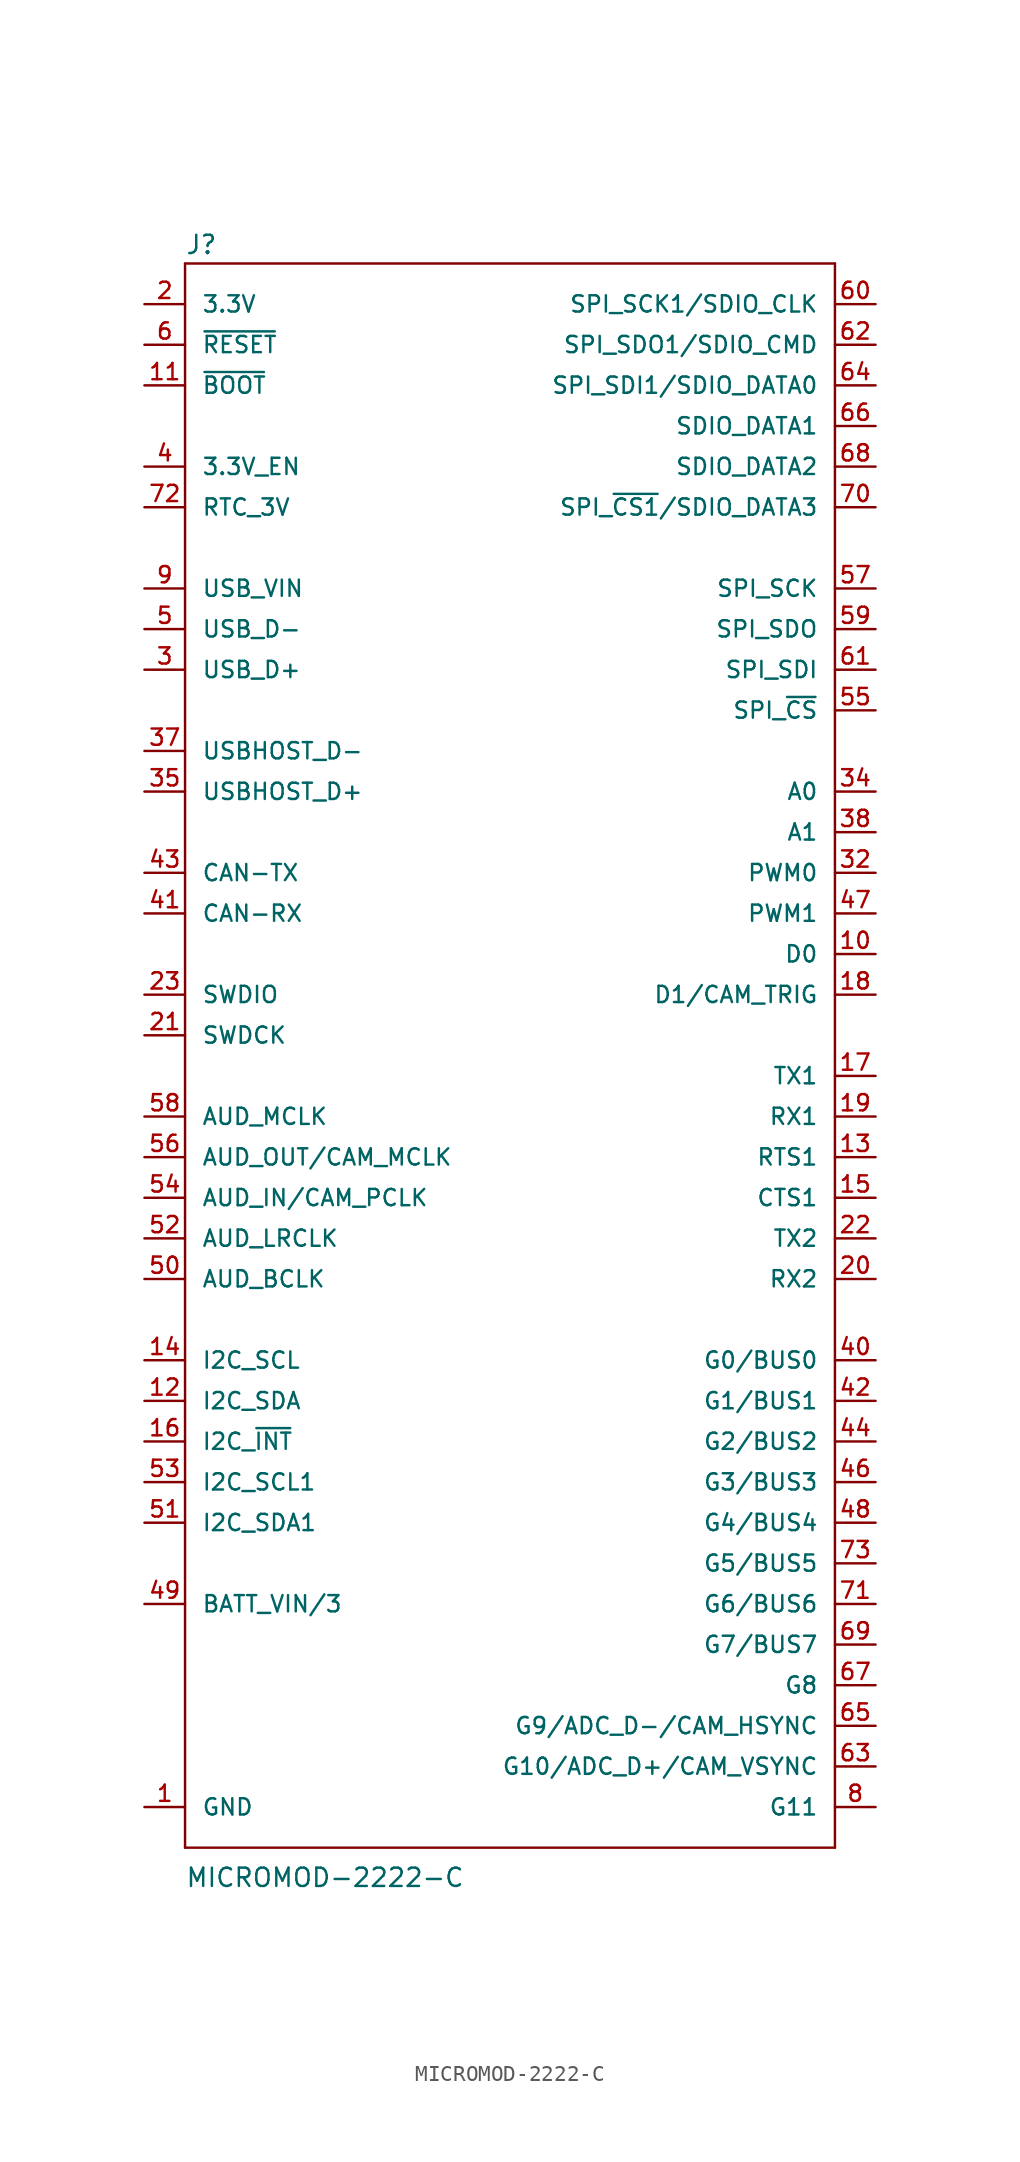
<source format=kicad_sym>
(kicad_symbol_lib
  (version 20211014)
  (generator kicad_symbol_editor)
  (symbol "MICROMOD-2222-C"
    (pin_names
      (offset 1.016))
    (property "Reference" "J"
      (at -20.32 53.848 0)
      (effects (font (size 1.143 1.143)) (justify left bottom)))
    (property "Value" "MICROMOD-2222-C"
      (at -20.32 -48.26 0)
      (effects (font (size 1.143 1.143)) (justify left bottom)))
    (property "ki_locked" ""
      (at 0 0 0)
      (effects (font (size 1.27 1.27))))
    (symbol "MICROMOD-2222-C_1_0"
      (polyline (pts (xy -20.32 -45.72) (xy -20.32 53.34)) (stroke (width 0) (type default) (color 0 0 0 0)) (fill (type none)))
      (polyline (pts (xy -20.32 53.34) (xy 20.32 53.34)) (stroke (width 0) (type default) (color 0 0 0 0)) (fill (type none)))
      (polyline (pts (xy 20.32 -45.72) (xy -20.32 -45.72)) (stroke (width 0) (type default) (color 0 0 0 0)) (fill (type none)))
      (polyline (pts (xy 20.32 53.34) (xy 20.32 -45.72)) (stroke (width 0) (type default) (color 0 0 0 0)) (fill (type none))))
    (symbol "MICROMOD-2222-C_1_1"
      (pin bidirectional line (at -22.86 -43.18 0) (length 2.54) (name "GND" (effects (font (size 1.016 1.016)))) (number "1" (effects (font (size 1.016 1.016)))))
      (pin bidirectional line (at 22.86 10.16 180) (length 2.54) (name "D0" (effects (font (size 1.016 1.016)))) (number "10" (effects (font (size 1.016 1.016)))))
      (pin bidirectional line (at -22.86 45.72 0) (length 2.54) (name "~{BOOT}" (effects (font (size 1.016 1.016)))) (number "11" (effects (font (size 1.016 1.016)))))
      (pin bidirectional line (at -22.86 -17.78 0) (length 2.54) (name "I2C_SDA" (effects (font (size 1.016 1.016)))) (number "12" (effects (font (size 1.016 1.016)))))
      (pin bidirectional line (at 22.86 -2.54 180) (length 2.54) (name "RTS1" (effects (font (size 1.016 1.016)))) (number "13" (effects (font (size 1.016 1.016)))))
      (pin bidirectional line (at -22.86 -15.24 0) (length 2.54) (name "I2C_SCL" (effects (font (size 1.016 1.016)))) (number "14" (effects (font (size 1.016 1.016)))))
      (pin bidirectional line (at 22.86 -5.08 180) (length 2.54) (name "CTS1" (effects (font (size 1.016 1.016)))) (number "15" (effects (font (size 1.016 1.016)))))
      (pin bidirectional line (at -22.86 -20.32 0) (length 2.54) (name "I2C_~{INT}" (effects (font (size 1.016 1.016)))) (number "16" (effects (font (size 1.016 1.016)))))
      (pin bidirectional line (at 22.86 2.54 180) (length 2.54) (name "TX1" (effects (font (size 1.016 1.016)))) (number "17" (effects (font (size 1.016 1.016)))))
      (pin bidirectional line (at 22.86 7.62 180) (length 2.54) (name "D1/CAM_TRIG" (effects (font (size 1.016 1.016)))) (number "18" (effects (font (size 1.016 1.016)))))
      (pin bidirectional line (at 22.86 0 180) (length 2.54) (name "RX1" (effects (font (size 1.016 1.016)))) (number "19" (effects (font (size 1.016 1.016)))))
      (pin bidirectional line (at -22.86 50.8 0) (length 2.54) (name "3.3V" (effects (font (size 1.016 1.016)))) (number "2" (effects (font (size 1.016 1.016)))))
      (pin bidirectional line (at 22.86 -10.16 180) (length 2.54) (name "RX2" (effects (font (size 1.016 1.016)))) (number "20" (effects (font (size 1.016 1.016)))))
      (pin bidirectional line (at -22.86 5.08 0) (length 2.54) (name "SWDCK" (effects (font (size 1.016 1.016)))) (number "21" (effects (font (size 1.016 1.016)))))
      (pin bidirectional line (at 22.86 -7.62 180) (length 2.54) (name "TX2" (effects (font (size 1.016 1.016)))) (number "22" (effects (font (size 1.016 1.016)))))
      (pin bidirectional line (at -22.86 7.62 0) (length 2.54) (name "SWDIO" (effects (font (size 1.016 1.016)))) (number "23" (effects (font (size 1.016 1.016)))))
      (pin bidirectional line (at -22.86 27.94 0) (length 2.54) (name "USB_D+" (effects (font (size 1.016 1.016)))) (number "3" (effects (font (size 1.016 1.016)))))
      (pin bidirectional line (at 22.86 15.24 180) (length 2.54) (name "PWM0" (effects (font (size 1.016 1.016)))) (number "32" (effects (font (size 1.016 1.016)))))
      (pin bidirectional line (at -22.86 -43.18 0) (length 2.54) hide (name "GND" (effects (font (size 1.016 1.016)))) (number "33" (effects (font (size 1.016 1.016)))))
      (pin bidirectional line (at 22.86 20.32 180) (length 2.54) (name "A0" (effects (font (size 1.016 1.016)))) (number "34" (effects (font (size 1.016 1.016)))))
      (pin bidirectional line (at -22.86 20.32 0) (length 2.54) (name "USBHOST_D+" (effects (font (size 1.016 1.016)))) (number "35" (effects (font (size 1.016 1.016)))))
      (pin bidirectional line (at -22.86 -43.18 0) (length 2.54) hide (name "GND" (effects (font (size 1.016 1.016)))) (number "36" (effects (font (size 1.016 1.016)))))
      (pin bidirectional line (at -22.86 22.86 0) (length 2.54) (name "USBHOST_D-" (effects (font (size 1.016 1.016)))) (number "37" (effects (font (size 1.016 1.016)))))
      (pin bidirectional line (at 22.86 17.78 180) (length 2.54) (name "A1" (effects (font (size 1.016 1.016)))) (number "38" (effects (font (size 1.016 1.016)))))
      (pin bidirectional line (at -22.86 -43.18 0) (length 2.54) hide (name "GND" (effects (font (size 1.016 1.016)))) (number "39" (effects (font (size 1.016 1.016)))))
      (pin bidirectional line (at -22.86 40.64 0) (length 2.54) (name "3.3V_EN" (effects (font (size 1.016 1.016)))) (number "4" (effects (font (size 1.016 1.016)))))
      (pin bidirectional line (at 22.86 -15.24 180) (length 2.54) (name "G0/BUS0" (effects (font (size 1.016 1.016)))) (number "40" (effects (font (size 1.016 1.016)))))
      (pin bidirectional line (at -22.86 12.7 0) (length 2.54) (name "CAN-RX" (effects (font (size 1.016 1.016)))) (number "41" (effects (font (size 1.016 1.016)))))
      (pin bidirectional line (at 22.86 -17.78 180) (length 2.54) (name "G1/BUS1" (effects (font (size 1.016 1.016)))) (number "42" (effects (font (size 1.016 1.016)))))
      (pin bidirectional line (at -22.86 15.24 0) (length 2.54) (name "CAN-TX" (effects (font (size 1.016 1.016)))) (number "43" (effects (font (size 1.016 1.016)))))
      (pin bidirectional line (at 22.86 -20.32 180) (length 2.54) (name "G2/BUS2" (effects (font (size 1.016 1.016)))) (number "44" (effects (font (size 1.016 1.016)))))
      (pin bidirectional line (at -22.86 -43.18 0) (length 2.54) hide (name "GND" (effects (font (size 1.016 1.016)))) (number "45" (effects (font (size 1.016 1.016)))))
      (pin bidirectional line (at 22.86 -22.86 180) (length 2.54) (name "G3/BUS3" (effects (font (size 1.016 1.016)))) (number "46" (effects (font (size 1.016 1.016)))))
      (pin bidirectional line (at 22.86 12.7 180) (length 2.54) (name "PWM1" (effects (font (size 1.016 1.016)))) (number "47" (effects (font (size 1.016 1.016)))))
      (pin bidirectional line (at 22.86 -25.4 180) (length 2.54) (name "G4/BUS4" (effects (font (size 1.016 1.016)))) (number "48" (effects (font (size 1.016 1.016)))))
      (pin bidirectional line (at -22.86 -30.48 0) (length 2.54) (name "BATT_VIN/3" (effects (font (size 1.016 1.016)))) (number "49" (effects (font (size 1.016 1.016)))))
      (pin bidirectional line (at -22.86 30.48 0) (length 2.54) (name "USB_D-" (effects (font (size 1.016 1.016)))) (number "5" (effects (font (size 1.016 1.016)))))
      (pin bidirectional line (at -22.86 -10.16 0) (length 2.54) (name "AUD_BCLK" (effects (font (size 1.016 1.016)))) (number "50" (effects (font (size 1.016 1.016)))))
      (pin bidirectional line (at -22.86 -25.4 0) (length 2.54) (name "I2C_SDA1" (effects (font (size 1.016 1.016)))) (number "51" (effects (font (size 1.016 1.016)))))
      (pin bidirectional line (at -22.86 -7.62 0) (length 2.54) (name "AUD_LRCLK" (effects (font (size 1.016 1.016)))) (number "52" (effects (font (size 1.016 1.016)))))
      (pin bidirectional line (at -22.86 -22.86 0) (length 2.54) (name "I2C_SCL1" (effects (font (size 1.016 1.016)))) (number "53" (effects (font (size 1.016 1.016)))))
      (pin bidirectional line (at -22.86 -5.08 0) (length 2.54) (name "AUD_IN/CAM_PCLK" (effects (font (size 1.016 1.016)))) (number "54" (effects (font (size 1.016 1.016)))))
      (pin bidirectional line (at 22.86 25.4 180) (length 2.54) (name "SPI_~{CS}" (effects (font (size 1.016 1.016)))) (number "55" (effects (font (size 1.016 1.016)))))
      (pin bidirectional line (at -22.86 -2.54 0) (length 2.54) (name "AUD_OUT/CAM_MCLK" (effects (font (size 1.016 1.016)))) (number "56" (effects (font (size 1.016 1.016)))))
      (pin bidirectional line (at 22.86 33.02 180) (length 2.54) (name "SPI_SCK" (effects (font (size 1.016 1.016)))) (number "57" (effects (font (size 1.016 1.016)))))
      (pin bidirectional line (at -22.86 0 0) (length 2.54) (name "AUD_MCLK" (effects (font (size 1.016 1.016)))) (number "58" (effects (font (size 1.016 1.016)))))
      (pin bidirectional line (at 22.86 30.48 180) (length 2.54) (name "SPI_SDO" (effects (font (size 1.016 1.016)))) (number "59" (effects (font (size 1.016 1.016)))))
      (pin bidirectional line (at -22.86 48.26 0) (length 2.54) (name "~{RESET}" (effects (font (size 1.016 1.016)))) (number "6" (effects (font (size 1.016 1.016)))))
      (pin bidirectional line (at 22.86 50.8 180) (length 2.54) (name "SPI_SCK1/SDIO_CLK" (effects (font (size 1.016 1.016)))) (number "60" (effects (font (size 1.016 1.016)))))
      (pin bidirectional line (at 22.86 27.94 180) (length 2.54) (name "SPI_SDI" (effects (font (size 1.016 1.016)))) (number "61" (effects (font (size 1.016 1.016)))))
      (pin bidirectional line (at 22.86 48.26 180) (length 2.54) (name "SPI_SDO1/SDIO_CMD" (effects (font (size 1.016 1.016)))) (number "62" (effects (font (size 1.016 1.016)))))
      (pin bidirectional line (at 22.86 -40.64 180) (length 2.54) (name "G10/ADC_D+/CAM_VSYNC" (effects (font (size 1.016 1.016)))) (number "63" (effects (font (size 1.016 1.016)))))
      (pin bidirectional line (at 22.86 45.72 180) (length 2.54) (name "SPI_SDI1/SDIO_DATA0" (effects (font (size 1.016 1.016)))) (number "64" (effects (font (size 1.016 1.016)))))
      (pin bidirectional line (at 22.86 -38.1 180) (length 2.54) (name "G9/ADC_D-/CAM_HSYNC" (effects (font (size 1.016 1.016)))) (number "65" (effects (font (size 1.016 1.016)))))
      (pin bidirectional line (at 22.86 43.18 180) (length 2.54) (name "SDIO_DATA1" (effects (font (size 1.016 1.016)))) (number "66" (effects (font (size 1.016 1.016)))))
      (pin bidirectional line (at 22.86 -35.56 180) (length 2.54) (name "G8" (effects (font (size 1.016 1.016)))) (number "67" (effects (font (size 1.016 1.016)))))
      (pin bidirectional line (at 22.86 40.64 180) (length 2.54) (name "SDIO_DATA2" (effects (font (size 1.016 1.016)))) (number "68" (effects (font (size 1.016 1.016)))))
      (pin bidirectional line (at 22.86 -33.02 180) (length 2.54) (name "G7/BUS7" (effects (font (size 1.016 1.016)))) (number "69" (effects (font (size 1.016 1.016)))))
      (pin bidirectional line (at -22.86 -43.18 0) (length 2.54) hide (name "GND" (effects (font (size 1.016 1.016)))) (number "7" (effects (font (size 1.016 1.016)))))
      (pin bidirectional line (at 22.86 38.1 180) (length 2.54) (name "SPI_~{CS1}/SDIO_DATA3" (effects (font (size 1.016 1.016)))) (number "70" (effects (font (size 1.016 1.016)))))
      (pin bidirectional line (at 22.86 -30.48 180) (length 2.54) (name "G6/BUS6" (effects (font (size 1.016 1.016)))) (number "71" (effects (font (size 1.016 1.016)))))
      (pin bidirectional line (at -22.86 38.1 0) (length 2.54) (name "RTC_3V" (effects (font (size 1.016 1.016)))) (number "72" (effects (font (size 1.016 1.016)))))
      (pin bidirectional line (at 22.86 -27.94 180) (length 2.54) (name "G5/BUS5" (effects (font (size 1.016 1.016)))) (number "73" (effects (font (size 1.016 1.016)))))
      (pin bidirectional line (at -22.86 50.8 0) (length 2.54) hide (name "3.3V" (effects (font (size 1.016 1.016)))) (number "74" (effects (font (size 1.016 1.016)))))
      (pin bidirectional line (at -22.86 -43.18 0) (length 2.54) hide (name "GND" (effects (font (size 1.016 1.016)))) (number "75" (effects (font (size 1.016 1.016)))))
      (pin bidirectional line (at 22.86 -43.18 180) (length 2.54) (name "G11" (effects (font (size 1.016 1.016)))) (number "8" (effects (font (size 1.016 1.016)))))
      (pin bidirectional line (at -22.86 33.02 0) (length 2.54) (name "USB_VIN" (effects (font (size 1.016 1.016)))) (number "9" (effects (font (size 1.016 1.016))))))))
</source>
